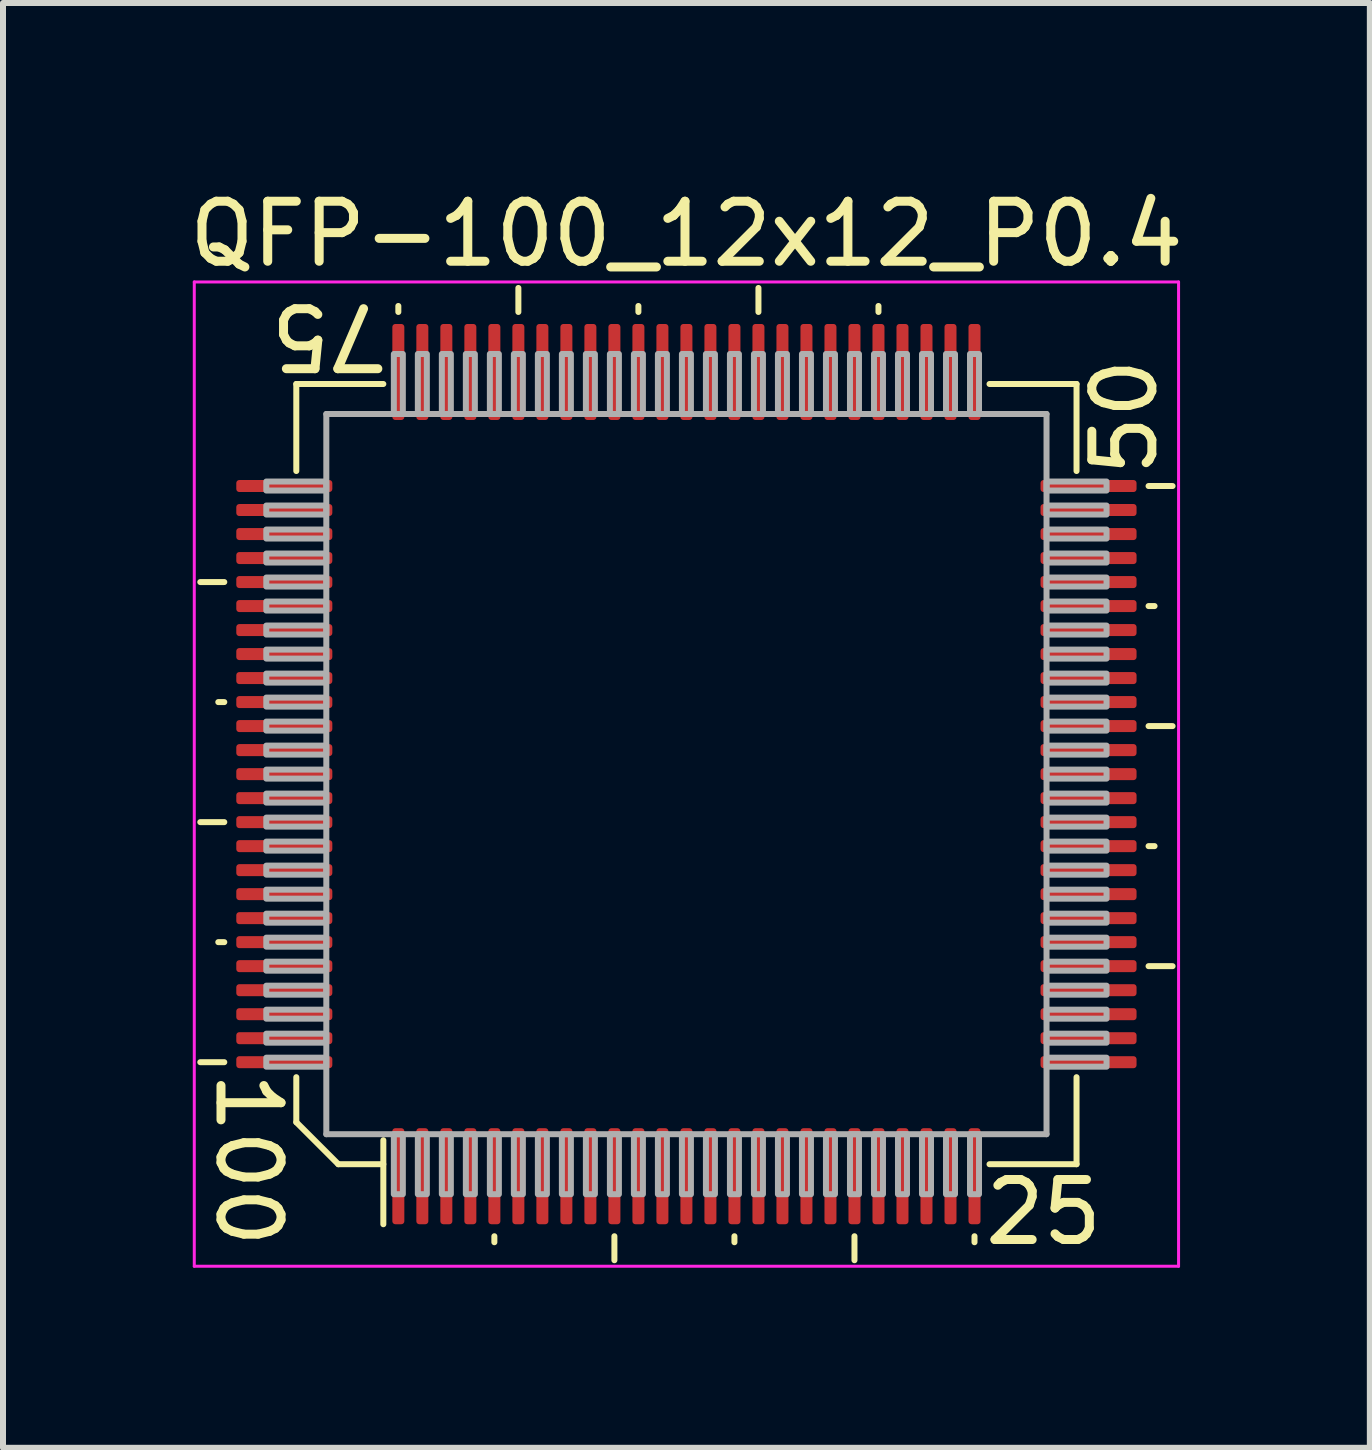
<source format=kicad_pcb>
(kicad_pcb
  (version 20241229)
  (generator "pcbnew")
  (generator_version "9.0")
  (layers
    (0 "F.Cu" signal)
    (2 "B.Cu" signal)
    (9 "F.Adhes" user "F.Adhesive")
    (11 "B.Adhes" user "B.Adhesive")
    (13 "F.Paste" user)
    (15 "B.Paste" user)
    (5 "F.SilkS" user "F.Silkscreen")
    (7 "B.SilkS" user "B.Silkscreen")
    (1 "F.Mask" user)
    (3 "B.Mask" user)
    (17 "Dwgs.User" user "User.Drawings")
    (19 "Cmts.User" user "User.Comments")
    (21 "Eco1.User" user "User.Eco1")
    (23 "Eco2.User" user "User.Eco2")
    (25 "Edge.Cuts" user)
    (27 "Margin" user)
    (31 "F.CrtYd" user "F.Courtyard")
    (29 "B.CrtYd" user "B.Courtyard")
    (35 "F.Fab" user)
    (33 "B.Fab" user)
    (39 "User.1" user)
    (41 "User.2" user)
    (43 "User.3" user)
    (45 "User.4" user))
  (footprint "QFP-100_12x12_P0.4"
    (layer "F.Cu")
    (at 8.387 9.848)
    (property "Reference" "QFP-100_12x12_P0.4" (at 0 -9 0) (layer "F.SilkS") (effects (font (size 1 1) (thickness 0.15))))
    (attr smd)
    (fp_line (start -7.7 -3.2) (end -8.1 -3.2) (stroke (width 0.1) (type solid)) (layer "F.SilkS"))
    (fp_line (start -7.7 -1.2) (end -7.8 -1.2) (stroke (width 0.1) (type solid)) (layer "F.SilkS"))
    (fp_line (start -7.7 0.8) (end -8.1 0.8) (stroke (width 0.1) (type solid)) (layer "F.SilkS"))
    (fp_line (start -7.7 2.8) (end -7.8 2.8) (stroke (width 0.1) (type solid)) (layer "F.SilkS"))
    (fp_line (start -7.7 4.8) (end -8.1 4.8) (stroke (width 0.1) (type solid)) (layer "F.SilkS"))
    (fp_line (start -6.5 -6.5) (end -6.5 -5.05) (stroke (width 0.1) (type solid)) (layer "F.SilkS"))
    (fp_line (start -6.5 -6.5) (end -5.05 -6.5) (stroke (width 0.1) (type solid)) (layer "F.SilkS"))
    (fp_line (start -6.5 5.8) (end -6.5 5.05) (stroke (width 0.1) (type solid)) (layer "F.SilkS"))
    (fp_line (start -6.5 5.8) (end -5.8 6.5) (stroke (width 0.1) (type solid)) (layer "F.SilkS"))
    (fp_line (start -5.8 6.5) (end -5.05 6.5) (stroke (width 0.1) (type solid)) (layer "F.SilkS"))
    (fp_line (start -5.05 6.1) (end -5.05 7.5) (stroke (width 0.1) (type solid)) (layer "F.SilkS"))
    (fp_line (start -4.8 -7.7) (end -4.8 -7.8) (stroke (width 0.1) (type solid)) (layer "F.SilkS"))
    (fp_line (start -3.2 7.7) (end -3.2 7.8) (stroke (width 0.1) (type solid)) (layer "F.SilkS"))
    (fp_line (start -2.8 -7.7) (end -2.8 -8.1) (stroke (width 0.1) (type solid)) (layer "F.SilkS"))
    (fp_line (start -1.2 7.7) (end -1.2 8.1) (stroke (width 0.1) (type solid)) (layer "F.SilkS"))
    (fp_line (start -0.8 -7.7) (end -0.8 -7.8) (stroke (width 0.1) (type solid)) (layer "F.SilkS"))
    (fp_line (start 0.8 7.7) (end 0.8 7.8) (stroke (width 0.1) (type solid)) (layer "F.SilkS"))
    (fp_line (start 1.2 -7.7) (end 1.2 -8.1) (stroke (width 0.1) (type solid)) (layer "F.SilkS"))
    (fp_line (start 2.8 7.7) (end 2.8 8.1) (stroke (width 0.1) (type solid)) (layer "F.SilkS"))
    (fp_line (start 3.2 -7.7) (end 3.2 -7.8) (stroke (width 0.1) (type solid)) (layer "F.SilkS"))
    (fp_line (start 4.8 7.7) (end 4.8 7.8) (stroke (width 0.1) (type solid)) (layer "F.SilkS"))
    (fp_line (start 6.5 -6.5) (end 5.05 -6.5) (stroke (width 0.1) (type solid)) (layer "F.SilkS"))
    (fp_line (start 6.5 -6.5) (end 6.5 -5.05) (stroke (width 0.1) (type solid)) (layer "F.SilkS"))
    (fp_line (start 6.5 6.5) (end 5.05 6.5) (stroke (width 0.1) (type solid)) (layer "F.SilkS"))
    (fp_line (start 6.5 6.5) (end 6.5 5.05) (stroke (width 0.1) (type solid)) (layer "F.SilkS"))
    (fp_line (start 7.7 -4.8) (end 8.1 -4.8) (stroke (width 0.1) (type solid)) (layer "F.SilkS"))
    (fp_line (start 7.7 -2.8) (end 7.8 -2.8) (stroke (width 0.1) (type solid)) (layer "F.SilkS"))
    (fp_line (start 7.7 -0.8) (end 8.1 -0.8) (stroke (width 0.1) (type solid)) (layer "F.SilkS"))
    (fp_line (start 7.7 1.2) (end 7.8 1.2) (stroke (width 0.1) (type solid)) (layer "F.SilkS"))
    (fp_line (start 7.7 3.2) (end 8.1 3.2) (stroke (width 0.1) (type solid)) (layer "F.SilkS"))
    (fp_line (start -8.2 -8.2) (end -8.2 8.2) (stroke (width 0.05) (type solid)) (layer "F.CrtYd"))
    (fp_line (start -8.2 8.2) (end 8.2 8.2) (stroke (width 0.05) (type solid)) (layer "F.CrtYd"))
    (fp_line (start 8.2 -8.2) (end -8.2 -8.2) (stroke (width 0.05) (type solid)) (layer "F.CrtYd"))
    (fp_line (start 8.2 8.2) (end 8.2 -8.2) (stroke (width 0.05) (type solid)) (layer "F.CrtYd"))
    (fp_line (start -6 -6) (end 6 -6) (stroke (width 0.1) (type solid)) (layer "F.Fab"))
    (fp_line (start -6 6) (end -6 -6) (stroke (width 0.1) (type solid)) (layer "F.Fab"))
    (fp_line (start 6 -6) (end 6 6) (stroke (width 0.1) (type solid)) (layer "F.Fab"))
    (fp_line (start 6 6) (end -6 6) (stroke (width 0.1) (type solid)) (layer "F.Fab"))
    (fp_poly (pts (xy -6 -4.725) (xy -7 -4.725) (xy -7 -4.875) (xy -6 -4.875)) (stroke (width 0.1) (type solid)) (fill no) (layer "F.Fab"))
    (fp_poly (pts (xy -6 -4.325) (xy -7 -4.325) (xy -7 -4.475) (xy -6 -4.475)) (stroke (width 0.1) (type solid)) (fill no) (layer "F.Fab"))
    (fp_poly (pts (xy -6 -3.925) (xy -7 -3.925) (xy -7 -4.075) (xy -6 -4.075)) (stroke (width 0.1) (type solid)) (fill no) (layer "F.Fab"))
    (fp_poly (pts (xy -6 -3.525) (xy -7 -3.525) (xy -7 -3.675) (xy -6 -3.675)) (stroke (width 0.1) (type solid)) (fill no) (layer "F.Fab"))
    (fp_poly (pts (xy -6 -3.125) (xy -7 -3.125) (xy -7 -3.275) (xy -6 -3.275)) (stroke (width 0.1) (type solid)) (fill no) (layer "F.Fab"))
    (fp_poly (pts (xy -6 -2.725) (xy -7 -2.725) (xy -7 -2.875) (xy -6 -2.875)) (stroke (width 0.1) (type solid)) (fill no) (layer "F.Fab"))
    (fp_poly (pts (xy -6 -2.325) (xy -7 -2.325) (xy -7 -2.475) (xy -6 -2.475)) (stroke (width 0.1) (type solid)) (fill no) (layer "F.Fab"))
    (fp_poly (pts (xy -6 -1.925) (xy -7 -1.925) (xy -7 -2.075) (xy -6 -2.075)) (stroke (width 0.1) (type solid)) (fill no) (layer "F.Fab"))
    (fp_poly (pts (xy -6 -1.525) (xy -7 -1.525) (xy -7 -1.675) (xy -6 -1.675)) (stroke (width 0.1) (type solid)) (fill no) (layer "F.Fab"))
    (fp_poly (pts (xy -6 -1.125) (xy -7 -1.125) (xy -7 -1.275) (xy -6 -1.275)) (stroke (width 0.1) (type solid)) (fill no) (layer "F.Fab"))
    (fp_poly (pts (xy -6 -0.725) (xy -7 -0.725) (xy -7 -0.875) (xy -6 -0.875)) (stroke (width 0.1) (type solid)) (fill no) (layer "F.Fab"))
    (fp_poly (pts (xy -6 -0.325) (xy -7 -0.325) (xy -7 -0.475) (xy -6 -0.475)) (stroke (width 0.1) (type solid)) (fill no) (layer "F.Fab"))
    (fp_poly (pts (xy -6 0.075) (xy -7 0.075) (xy -7 -0.075) (xy -6 -0.075)) (stroke (width 0.1) (type solid)) (fill no) (layer "F.Fab"))
    (fp_poly (pts (xy -6 0.475) (xy -7 0.475) (xy -7 0.325) (xy -6 0.325)) (stroke (width 0.1) (type solid)) (fill no) (layer "F.Fab"))
    (fp_poly (pts (xy -6 0.875) (xy -7 0.875) (xy -7 0.725) (xy -6 0.725)) (stroke (width 0.1) (type solid)) (fill no) (layer "F.Fab"))
    (fp_poly (pts (xy -6 1.275) (xy -7 1.275) (xy -7 1.125) (xy -6 1.125)) (stroke (width 0.1) (type solid)) (fill no) (layer "F.Fab"))
    (fp_poly (pts (xy -6 1.675) (xy -7 1.675) (xy -7 1.525) (xy -6 1.525)) (stroke (width 0.1) (type solid)) (fill no) (layer "F.Fab"))
    (fp_poly (pts (xy -6 2.075) (xy -7 2.075) (xy -7 1.925) (xy -6 1.925)) (stroke (width 0.1) (type solid)) (fill no) (layer "F.Fab"))
    (fp_poly (pts (xy -6 2.475) (xy -7 2.475) (xy -7 2.325) (xy -6 2.325)) (stroke (width 0.1) (type solid)) (fill no) (layer "F.Fab"))
    (fp_poly (pts (xy -6 2.875) (xy -7 2.875) (xy -7 2.725) (xy -6 2.725)) (stroke (width 0.1) (type solid)) (fill no) (layer "F.Fab"))
    (fp_poly (pts (xy -6 3.275) (xy -7 3.275) (xy -7 3.125) (xy -6 3.125)) (stroke (width 0.1) (type solid)) (fill no) (layer "F.Fab"))
    (fp_poly (pts (xy -6 3.675) (xy -7 3.675) (xy -7 3.525) (xy -6 3.525)) (stroke (width 0.1) (type solid)) (fill no) (layer "F.Fab"))
    (fp_poly (pts (xy -6 4.075) (xy -7 4.075) (xy -7 3.925) (xy -6 3.925)) (stroke (width 0.1) (type solid)) (fill no) (layer "F.Fab"))
    (fp_poly (pts (xy -6 4.475) (xy -7 4.475) (xy -7 4.325) (xy -6 4.325)) (stroke (width 0.1) (type solid)) (fill no) (layer "F.Fab"))
    (fp_poly (pts (xy -6 4.875) (xy -7 4.875) (xy -7 4.725) (xy -6 4.725)) (stroke (width 0.1) (type solid)) (fill no) (layer "F.Fab"))
    (fp_poly (pts (xy -4.875 -6) (xy -4.875 -7) (xy -4.725 -7) (xy -4.725 -6)) (stroke (width 0.1) (type solid)) (fill no) (layer "F.Fab"))
    (fp_poly (pts (xy -4.725 6) (xy -4.725 7) (xy -4.875 7) (xy -4.875 6)) (stroke (width 0.1) (type solid)) (fill no) (layer "F.Fab"))
    (fp_poly (pts (xy -4.475 -6) (xy -4.475 -7) (xy -4.325 -7) (xy -4.325 -6)) (stroke (width 0.1) (type solid)) (fill no) (layer "F.Fab"))
    (fp_poly (pts (xy -4.325 6) (xy -4.325 7) (xy -4.475 7) (xy -4.475 6)) (stroke (width 0.1) (type solid)) (fill no) (layer "F.Fab"))
    (fp_poly (pts (xy -4.075 -6) (xy -4.075 -7) (xy -3.925 -7) (xy -3.925 -6)) (stroke (width 0.1) (type solid)) (fill no) (layer "F.Fab"))
    (fp_poly (pts (xy -3.925 6) (xy -3.925 7) (xy -4.075 7) (xy -4.075 6)) (stroke (width 0.1) (type solid)) (fill no) (layer "F.Fab"))
    (fp_poly (pts (xy -3.675 -6) (xy -3.675 -7) (xy -3.525 -7) (xy -3.525 -6)) (stroke (width 0.1) (type solid)) (fill no) (layer "F.Fab"))
    (fp_poly (pts (xy -3.525 6) (xy -3.525 7) (xy -3.675 7) (xy -3.675 6)) (stroke (width 0.1) (type solid)) (fill no) (layer "F.Fab"))
    (fp_poly (pts (xy -3.275 -6) (xy -3.275 -7) (xy -3.125 -7) (xy -3.125 -6)) (stroke (width 0.1) (type solid)) (fill no) (layer "F.Fab"))
    (fp_poly (pts (xy -3.125 6) (xy -3.125 7) (xy -3.275 7) (xy -3.275 6)) (stroke (width 0.1) (type solid)) (fill no) (layer "F.Fab"))
    (fp_poly (pts (xy -2.875 -6) (xy -2.875 -7) (xy -2.725 -7) (xy -2.725 -6)) (stroke (width 0.1) (type solid)) (fill no) (layer "F.Fab"))
    (fp_poly (pts (xy -2.725 6) (xy -2.725 7) (xy -2.875 7) (xy -2.875 6)) (stroke (width 0.1) (type solid)) (fill no) (layer "F.Fab"))
    (fp_poly (pts (xy -2.475 -6) (xy -2.475 -7) (xy -2.325 -7) (xy -2.325 -6)) (stroke (width 0.1) (type solid)) (fill no) (layer "F.Fab"))
    (fp_poly (pts (xy -2.325 6) (xy -2.325 7) (xy -2.475 7) (xy -2.475 6)) (stroke (width 0.1) (type solid)) (fill no) (layer "F.Fab"))
    (fp_poly (pts (xy -2.075 -6) (xy -2.075 -7) (xy -1.925 -7) (xy -1.925 -6)) (stroke (width 0.1) (type solid)) (fill no) (layer "F.Fab"))
    (fp_poly (pts (xy -1.925 6) (xy -1.925 7) (xy -2.075 7) (xy -2.075 6)) (stroke (width 0.1) (type solid)) (fill no) (layer "F.Fab"))
    (fp_poly (pts (xy -1.675 -6) (xy -1.675 -7) (xy -1.525 -7) (xy -1.525 -6)) (stroke (width 0.1) (type solid)) (fill no) (layer "F.Fab"))
    (fp_poly (pts (xy -1.525 6) (xy -1.525 7) (xy -1.675 7) (xy -1.675 6)) (stroke (width 0.1) (type solid)) (fill no) (layer "F.Fab"))
    (fp_poly (pts (xy -1.275 -6) (xy -1.275 -7) (xy -1.125 -7) (xy -1.125 -6)) (stroke (width 0.1) (type solid)) (fill no) (layer "F.Fab"))
    (fp_poly (pts (xy -1.125 6) (xy -1.125 7) (xy -1.275 7) (xy -1.275 6)) (stroke (width 0.1) (type solid)) (fill no) (layer "F.Fab"))
    (fp_poly (pts (xy -0.875 -6) (xy -0.875 -7) (xy -0.725 -7) (xy -0.725 -6)) (stroke (width 0.1) (type solid)) (fill no) (layer "F.Fab"))
    (fp_poly (pts (xy -0.725 6) (xy -0.725 7) (xy -0.875 7) (xy -0.875 6)) (stroke (width 0.1) (type solid)) (fill no) (layer "F.Fab"))
    (fp_poly (pts (xy -0.475 -6) (xy -0.475 -7) (xy -0.325 -7) (xy -0.325 -6)) (stroke (width 0.1) (type solid)) (fill no) (layer "F.Fab"))
    (fp_poly (pts (xy -0.325 6) (xy -0.325 7) (xy -0.475 7) (xy -0.475 6)) (stroke (width 0.1) (type solid)) (fill no) (layer "F.Fab"))
    (fp_poly (pts (xy -0.075 -6) (xy -0.075 -7) (xy 0.075 -7) (xy 0.075 -6)) (stroke (width 0.1) (type solid)) (fill no) (layer "F.Fab"))
    (fp_poly (pts (xy 0.075 6) (xy 0.075 7) (xy -0.075 7) (xy -0.075 6)) (stroke (width 0.1) (type solid)) (fill no) (layer "F.Fab"))
    (fp_poly (pts (xy 0.325 -6) (xy 0.325 -7) (xy 0.475 -7) (xy 0.475 -6)) (stroke (width 0.1) (type solid)) (fill no) (layer "F.Fab"))
    (fp_poly (pts (xy 0.475 6) (xy 0.475 7) (xy 0.325 7) (xy 0.325 6)) (stroke (width 0.1) (type solid)) (fill no) (layer "F.Fab"))
    (fp_poly (pts (xy 0.725 -6) (xy 0.725 -7) (xy 0.875 -7) (xy 0.875 -6)) (stroke (width 0.1) (type solid)) (fill no) (layer "F.Fab"))
    (fp_poly (pts (xy 0.875 6) (xy 0.875 7) (xy 0.725 7) (xy 0.725 6)) (stroke (width 0.1) (type solid)) (fill no) (layer "F.Fab"))
    (fp_poly (pts (xy 1.125 -6) (xy 1.125 -7) (xy 1.275 -7) (xy 1.275 -6)) (stroke (width 0.1) (type solid)) (fill no) (layer "F.Fab"))
    (fp_poly (pts (xy 1.275 6) (xy 1.275 7) (xy 1.125 7) (xy 1.125 6)) (stroke (width 0.1) (type solid)) (fill no) (layer "F.Fab"))
    (fp_poly (pts (xy 1.525 -6) (xy 1.525 -7) (xy 1.675 -7) (xy 1.675 -6)) (stroke (width 0.1) (type solid)) (fill no) (layer "F.Fab"))
    (fp_poly (pts (xy 1.675 6) (xy 1.675 7) (xy 1.525 7) (xy 1.525 6)) (stroke (width 0.1) (type solid)) (fill no) (layer "F.Fab"))
    (fp_poly (pts (xy 1.925 -6) (xy 1.925 -7) (xy 2.075 -7) (xy 2.075 -6)) (stroke (width 0.1) (type solid)) (fill no) (layer "F.Fab"))
    (fp_poly (pts (xy 2.075 6) (xy 2.075 7) (xy 1.925 7) (xy 1.925 6)) (stroke (width 0.1) (type solid)) (fill no) (layer "F.Fab"))
    (fp_poly (pts (xy 2.325 -6) (xy 2.325 -7) (xy 2.475 -7) (xy 2.475 -6)) (stroke (width 0.1) (type solid)) (fill no) (layer "F.Fab"))
    (fp_poly (pts (xy 2.475 6) (xy 2.475 7) (xy 2.325 7) (xy 2.325 6)) (stroke (width 0.1) (type solid)) (fill no) (layer "F.Fab"))
    (fp_poly (pts (xy 2.725 -6) (xy 2.725 -7) (xy 2.875 -7) (xy 2.875 -6)) (stroke (width 0.1) (type solid)) (fill no) (layer "F.Fab"))
    (fp_poly (pts (xy 2.875 6) (xy 2.875 7) (xy 2.725 7) (xy 2.725 6)) (stroke (width 0.1) (type solid)) (fill no) (layer "F.Fab"))
    (fp_poly (pts (xy 3.125 -6) (xy 3.125 -7) (xy 3.275 -7) (xy 3.275 -6)) (stroke (width 0.1) (type solid)) (fill no) (layer "F.Fab"))
    (fp_poly (pts (xy 3.275 6) (xy 3.275 7) (xy 3.125 7) (xy 3.125 6)) (stroke (width 0.1) (type solid)) (fill no) (layer "F.Fab"))
    (fp_poly (pts (xy 3.525 -6) (xy 3.525 -7) (xy 3.675 -7) (xy 3.675 -6)) (stroke (width 0.1) (type solid)) (fill no) (layer "F.Fab"))
    (fp_poly (pts (xy 3.675 6) (xy 3.675 7) (xy 3.525 7) (xy 3.525 6)) (stroke (width 0.1) (type solid)) (fill no) (layer "F.Fab"))
    (fp_poly (pts (xy 3.925 -6) (xy 3.925 -7) (xy 4.075 -7) (xy 4.075 -6)) (stroke (width 0.1) (type solid)) (fill no) (layer "F.Fab"))
    (fp_poly (pts (xy 4.075 6) (xy 4.075 7) (xy 3.925 7) (xy 3.925 6)) (stroke (width 0.1) (type solid)) (fill no) (layer "F.Fab"))
    (fp_poly (pts (xy 4.325 -6) (xy 4.325 -7) (xy 4.475 -7) (xy 4.475 -6)) (stroke (width 0.1) (type solid)) (fill no) (layer "F.Fab"))
    (fp_poly (pts (xy 4.475 6) (xy 4.475 7) (xy 4.325 7) (xy 4.325 6)) (stroke (width 0.1) (type solid)) (fill no) (layer "F.Fab"))
    (fp_poly (pts (xy 4.725 -6) (xy 4.725 -7) (xy 4.875 -7) (xy 4.875 -6)) (stroke (width 0.1) (type solid)) (fill no) (layer "F.Fab"))
    (fp_poly (pts (xy 4.875 6) (xy 4.875 7) (xy 4.725 7) (xy 4.725 6)) (stroke (width 0.1) (type solid)) (fill no) (layer "F.Fab"))
    (fp_poly (pts (xy 6 -4.875) (xy 7 -4.875) (xy 7 -4.725) (xy 6 -4.725)) (stroke (width 0.1) (type solid)) (fill no) (layer "F.Fab"))
    (fp_poly (pts (xy 6 -4.475) (xy 7 -4.475) (xy 7 -4.325) (xy 6 -4.325)) (stroke (width 0.1) (type solid)) (fill no) (layer "F.Fab"))
    (fp_poly (pts (xy 6 -4.075) (xy 7 -4.075) (xy 7 -3.925) (xy 6 -3.925)) (stroke (width 0.1) (type solid)) (fill no) (layer "F.Fab"))
    (fp_poly (pts (xy 6 -3.675) (xy 7 -3.675) (xy 7 -3.525) (xy 6 -3.525)) (stroke (width 0.1) (type solid)) (fill no) (layer "F.Fab"))
    (fp_poly (pts (xy 6 -3.275) (xy 7 -3.275) (xy 7 -3.125) (xy 6 -3.125)) (stroke (width 0.1) (type solid)) (fill no) (layer "F.Fab"))
    (fp_poly (pts (xy 6 -2.875) (xy 7 -2.875) (xy 7 -2.725) (xy 6 -2.725)) (stroke (width 0.1) (type solid)) (fill no) (layer "F.Fab"))
    (fp_poly (pts (xy 6 -2.475) (xy 7 -2.475) (xy 7 -2.325) (xy 6 -2.325)) (stroke (width 0.1) (type solid)) (fill no) (layer "F.Fab"))
    (fp_poly (pts (xy 6 -2.075) (xy 7 -2.075) (xy 7 -1.925) (xy 6 -1.925)) (stroke (width 0.1) (type solid)) (fill no) (layer "F.Fab"))
    (fp_poly (pts (xy 6 -1.675) (xy 7 -1.675) (xy 7 -1.525) (xy 6 -1.525)) (stroke (width 0.1) (type solid)) (fill no) (layer "F.Fab"))
    (fp_poly (pts (xy 6 -1.275) (xy 7 -1.275) (xy 7 -1.125) (xy 6 -1.125)) (stroke (width 0.1) (type solid)) (fill no) (layer "F.Fab"))
    (fp_poly (pts (xy 6 -0.875) (xy 7 -0.875) (xy 7 -0.725) (xy 6 -0.725)) (stroke (width 0.1) (type solid)) (fill no) (layer "F.Fab"))
    (fp_poly (pts (xy 6 -0.475) (xy 7 -0.475) (xy 7 -0.325) (xy 6 -0.325)) (stroke (width 0.1) (type solid)) (fill no) (layer "F.Fab"))
    (fp_poly (pts (xy 6 -0.075) (xy 7 -0.075) (xy 7 0.075) (xy 6 0.075)) (stroke (width 0.1) (type solid)) (fill no) (layer "F.Fab"))
    (fp_poly (pts (xy 6 0.325) (xy 7 0.325) (xy 7 0.475) (xy 6 0.475)) (stroke (width 0.1) (type solid)) (fill no) (layer "F.Fab"))
    (fp_poly (pts (xy 6 0.725) (xy 7 0.725) (xy 7 0.875) (xy 6 0.875)) (stroke (width 0.1) (type solid)) (fill no) (layer "F.Fab"))
    (fp_poly (pts (xy 6 1.125) (xy 7 1.125) (xy 7 1.275) (xy 6 1.275)) (stroke (width 0.1) (type solid)) (fill no) (layer "F.Fab"))
    (fp_poly (pts (xy 6 1.525) (xy 7 1.525) (xy 7 1.675) (xy 6 1.675)) (stroke (width 0.1) (type solid)) (fill no) (layer "F.Fab"))
    (fp_poly (pts (xy 6 1.925) (xy 7 1.925) (xy 7 2.075) (xy 6 2.075)) (stroke (width 0.1) (type solid)) (fill no) (layer "F.Fab"))
    (fp_poly (pts (xy 6 2.325) (xy 7 2.325) (xy 7 2.475) (xy 6 2.475)) (stroke (width 0.1) (type solid)) (fill no) (layer "F.Fab"))
    (fp_poly (pts (xy 6 2.725) (xy 7 2.725) (xy 7 2.875) (xy 6 2.875)) (stroke (width 0.1) (type solid)) (fill no) (layer "F.Fab"))
    (fp_poly (pts (xy 6 3.125) (xy 7 3.125) (xy 7 3.275) (xy 6 3.275)) (stroke (width 0.1) (type solid)) (fill no) (layer "F.Fab"))
    (fp_poly (pts (xy 6 3.525) (xy 7 3.525) (xy 7 3.675) (xy 6 3.675)) (stroke (width 0.1) (type solid)) (fill no) (layer "F.Fab"))
    (fp_poly (pts (xy 6 3.925) (xy 7 3.925) (xy 7 4.075) (xy 6 4.075)) (stroke (width 0.1) (type solid)) (fill no) (layer "F.Fab"))
    (fp_poly (pts (xy 6 4.325) (xy 7 4.325) (xy 7 4.475) (xy 6 4.475)) (stroke (width 0.1) (type solid)) (fill no) (layer "F.Fab"))
    (fp_poly (pts (xy 6 4.725) (xy 7 4.725) (xy 7 4.875) (xy 6 4.875)) (stroke (width 0.1) (type solid)) (fill no) (layer "F.Fab"))
    (fp_text user "25" (at 4.9 7.3 0) (unlocked yes) (layer "F.SilkS") (effects (font (size 1 1) (thickness 0.15)) (justify left)))
    (fp_text user "75" (at -4.9 -7.3 180) (unlocked yes) (layer "F.SilkS") (effects (font (size 1 1) (thickness 0.15)) (justify left)))
    (fp_text user "50" (at 7.3 -4.9 90) (unlocked yes) (layer "F.SilkS") (effects (font (size 1 1) (thickness 0.15)) (justify left)))
    (fp_text user "100" (at -7.3 4.9 270) (unlocked yes) (layer "F.SilkS") (effects (font (size 1 1) (thickness 0.15)) (justify left)))
    (pad "1" smd roundrect (at -4.8 6.7 90) (size 1.6 0.2) (layers "F.Cu" "F.Mask" "F.Paste") (roundrect_rratio 0.25))
    (pad "2" smd roundrect (at -4.4 6.7 90) (size 1.6 0.2) (layers "F.Cu" "F.Mask" "F.Paste") (roundrect_rratio 0.25))
    (pad "3" smd roundrect (at -4 6.7 90) (size 1.6 0.2) (layers "F.Cu" "F.Mask" "F.Paste") (roundrect_rratio 0.25))
    (pad "4" smd roundrect (at -3.6 6.7 90) (size 1.6 0.2) (layers "F.Cu" "F.Mask" "F.Paste") (roundrect_rratio 0.25))
    (pad "5" smd roundrect (at -3.2 6.7 90) (size 1.6 0.2) (layers "F.Cu" "F.Mask" "F.Paste") (roundrect_rratio 0.25))
    (pad "6" smd roundrect (at -2.8 6.7 90) (size 1.6 0.2) (layers "F.Cu" "F.Mask" "F.Paste") (roundrect_rratio 0.25))
    (pad "7" smd roundrect (at -2.4 6.7 90) (size 1.6 0.2) (layers "F.Cu" "F.Mask" "F.Paste") (roundrect_rratio 0.25))
    (pad "8" smd roundrect (at -2 6.7 90) (size 1.6 0.2) (layers "F.Cu" "F.Mask" "F.Paste") (roundrect_rratio 0.25))
    (pad "9" smd roundrect (at -1.6 6.7 90) (size 1.6 0.2) (layers "F.Cu" "F.Mask" "F.Paste") (roundrect_rratio 0.25))
    (pad "10" smd roundrect (at -1.2 6.7 90) (size 1.6 0.2) (layers "F.Cu" "F.Mask" "F.Paste") (roundrect_rratio 0.25))
    (pad "11" smd roundrect (at -0.8 6.7 90) (size 1.6 0.2) (layers "F.Cu" "F.Mask" "F.Paste") (roundrect_rratio 0.25))
    (pad "12" smd roundrect (at -0.4 6.7 90) (size 1.6 0.2) (layers "F.Cu" "F.Mask" "F.Paste") (roundrect_rratio 0.25))
    (pad "13" smd roundrect (at 0 6.7 90) (size 1.6 0.2) (layers "F.Cu" "F.Mask" "F.Paste") (roundrect_rratio 0.25))
    (pad "14" smd roundrect (at 0.4 6.7 90) (size 1.6 0.2) (layers "F.Cu" "F.Mask" "F.Paste") (roundrect_rratio 0.25))
    (pad "15" smd roundrect (at 0.8 6.7 90) (size 1.6 0.2) (layers "F.Cu" "F.Mask" "F.Paste") (roundrect_rratio 0.25))
    (pad "16" smd roundrect (at 1.2 6.7 90) (size 1.6 0.2) (layers "F.Cu" "F.Mask" "F.Paste") (roundrect_rratio 0.25))
    (pad "17" smd roundrect (at 1.6 6.7 90) (size 1.6 0.2) (layers "F.Cu" "F.Mask" "F.Paste") (roundrect_rratio 0.25))
    (pad "18" smd roundrect (at 2 6.7 90) (size 1.6 0.2) (layers "F.Cu" "F.Mask" "F.Paste") (roundrect_rratio 0.25))
    (pad "19" smd roundrect (at 2.4 6.7 90) (size 1.6 0.2) (layers "F.Cu" "F.Mask" "F.Paste") (roundrect_rratio 0.25))
    (pad "20" smd roundrect (at 2.8 6.7 90) (size 1.6 0.2) (layers "F.Cu" "F.Mask" "F.Paste") (roundrect_rratio 0.25))
    (pad "21" smd roundrect (at 3.2 6.7 90) (size 1.6 0.2) (layers "F.Cu" "F.Mask" "F.Paste") (roundrect_rratio 0.25))
    (pad "22" smd roundrect (at 3.6 6.7 90) (size 1.6 0.2) (layers "F.Cu" "F.Mask" "F.Paste") (roundrect_rratio 0.25))
    (pad "23" smd roundrect (at 4 6.7 90) (size 1.6 0.2) (layers "F.Cu" "F.Mask" "F.Paste") (roundrect_rratio 0.25))
    (pad "24" smd roundrect (at 4.4 6.7 90) (size 1.6 0.2) (layers "F.Cu" "F.Mask" "F.Paste") (roundrect_rratio 0.25))
    (pad "25" smd roundrect (at 4.8 6.7 90) (size 1.6 0.2) (layers "F.Cu" "F.Mask" "F.Paste") (roundrect_rratio 0.25))
    (pad "26" smd roundrect (at 6.7 4.8 180) (size 1.6 0.2) (layers "F.Cu" "F.Mask" "F.Paste") (roundrect_rratio 0.25))
    (pad "27" smd roundrect (at 6.7 4.4 180) (size 1.6 0.2) (layers "F.Cu" "F.Mask" "F.Paste") (roundrect_rratio 0.25))
    (pad "28" smd roundrect (at 6.7 4 180) (size 1.6 0.2) (layers "F.Cu" "F.Mask" "F.Paste") (roundrect_rratio 0.25))
    (pad "29" smd roundrect (at 6.7 3.6 180) (size 1.6 0.2) (layers "F.Cu" "F.Mask" "F.Paste") (roundrect_rratio 0.25))
    (pad "30" smd roundrect (at 6.7 3.2 180) (size 1.6 0.2) (layers "F.Cu" "F.Mask" "F.Paste") (roundrect_rratio 0.25))
    (pad "31" smd roundrect (at 6.7 2.8 180) (size 1.6 0.2) (layers "F.Cu" "F.Mask" "F.Paste") (roundrect_rratio 0.25))
    (pad "32" smd roundrect (at 6.7 2.4 180) (size 1.6 0.2) (layers "F.Cu" "F.Mask" "F.Paste") (roundrect_rratio 0.25))
    (pad "33" smd roundrect (at 6.7 2 180) (size 1.6 0.2) (layers "F.Cu" "F.Mask" "F.Paste") (roundrect_rratio 0.25))
    (pad "34" smd roundrect (at 6.7 1.6 180) (size 1.6 0.2) (layers "F.Cu" "F.Mask" "F.Paste") (roundrect_rratio 0.25))
    (pad "35" smd roundrect (at 6.7 1.2 180) (size 1.6 0.2) (layers "F.Cu" "F.Mask" "F.Paste") (roundrect_rratio 0.25))
    (pad "36" smd roundrect (at 6.7 0.8 180) (size 1.6 0.2) (layers "F.Cu" "F.Mask" "F.Paste") (roundrect_rratio 0.25))
    (pad "37" smd roundrect (at 6.7 0.4 180) (size 1.6 0.2) (layers "F.Cu" "F.Mask" "F.Paste") (roundrect_rratio 0.25))
    (pad "38" smd roundrect (at 6.7 0 180) (size 1.6 0.2) (layers "F.Cu" "F.Mask" "F.Paste") (roundrect_rratio 0.25))
    (pad "39" smd roundrect (at 6.7 -0.4 180) (size 1.6 0.2) (layers "F.Cu" "F.Mask" "F.Paste") (roundrect_rratio 0.25))
    (pad "40" smd roundrect (at 6.7 -0.8 180) (size 1.6 0.2) (layers "F.Cu" "F.Mask" "F.Paste") (roundrect_rratio 0.25))
    (pad "41" smd roundrect (at 6.7 -1.2 180) (size 1.6 0.2) (layers "F.Cu" "F.Mask" "F.Paste") (roundrect_rratio 0.25))
    (pad "42" smd roundrect (at 6.7 -1.6 180) (size 1.6 0.2) (layers "F.Cu" "F.Mask" "F.Paste") (roundrect_rratio 0.25))
    (pad "43" smd roundrect (at 6.7 -2 180) (size 1.6 0.2) (layers "F.Cu" "F.Mask" "F.Paste") (roundrect_rratio 0.25))
    (pad "44" smd roundrect (at 6.7 -2.4 180) (size 1.6 0.2) (layers "F.Cu" "F.Mask" "F.Paste") (roundrect_rratio 0.25))
    (pad "45" smd roundrect (at 6.7 -2.8 180) (size 1.6 0.2) (layers "F.Cu" "F.Mask" "F.Paste") (roundrect_rratio 0.25))
    (pad "46" smd roundrect (at 6.7 -3.2 180) (size 1.6 0.2) (layers "F.Cu" "F.Mask" "F.Paste") (roundrect_rratio 0.25))
    (pad "47" smd roundrect (at 6.7 -3.6 180) (size 1.6 0.2) (layers "F.Cu" "F.Mask" "F.Paste") (roundrect_rratio 0.25))
    (pad "48" smd roundrect (at 6.7 -4 180) (size 1.6 0.2) (layers "F.Cu" "F.Mask" "F.Paste") (roundrect_rratio 0.25))
    (pad "49" smd roundrect (at 6.7 -4.4 180) (size 1.6 0.2) (layers "F.Cu" "F.Mask" "F.Paste") (roundrect_rratio 0.25))
    (pad "50" smd roundrect (at 6.7 -4.8 180) (size 1.6 0.2) (layers "F.Cu" "F.Mask" "F.Paste") (roundrect_rratio 0.25))
    (pad "51" smd roundrect (at 4.8 -6.7 90) (size 1.6 0.2) (layers "F.Cu" "F.Mask" "F.Paste") (roundrect_rratio 0.25))
    (pad "52" smd roundrect (at 4.4 -6.7 90) (size 1.6 0.2) (layers "F.Cu" "F.Mask" "F.Paste") (roundrect_rratio 0.25))
    (pad "53" smd roundrect (at 4 -6.7 90) (size 1.6 0.2) (layers "F.Cu" "F.Mask" "F.Paste") (roundrect_rratio 0.25))
    (pad "54" smd roundrect (at 3.6 -6.7 90) (size 1.6 0.2) (layers "F.Cu" "F.Mask" "F.Paste") (roundrect_rratio 0.25))
    (pad "55" smd roundrect (at 3.2 -6.7 90) (size 1.6 0.2) (layers "F.Cu" "F.Mask" "F.Paste") (roundrect_rratio 0.25))
    (pad "56" smd roundrect (at 2.8 -6.7 90) (size 1.6 0.2) (layers "F.Cu" "F.Mask" "F.Paste") (roundrect_rratio 0.25))
    (pad "57" smd roundrect (at 2.4 -6.7 90) (size 1.6 0.2) (layers "F.Cu" "F.Mask" "F.Paste") (roundrect_rratio 0.25))
    (pad "58" smd roundrect (at 2 -6.7 90) (size 1.6 0.2) (layers "F.Cu" "F.Mask" "F.Paste") (roundrect_rratio 0.25))
    (pad "59" smd roundrect (at 1.6 -6.7 90) (size 1.6 0.2) (layers "F.Cu" "F.Mask" "F.Paste") (roundrect_rratio 0.25))
    (pad "60" smd roundrect (at 1.2 -6.7 90) (size 1.6 0.2) (layers "F.Cu" "F.Mask" "F.Paste") (roundrect_rratio 0.25))
    (pad "61" smd roundrect (at 0.8 -6.7 90) (size 1.6 0.2) (layers "F.Cu" "F.Mask" "F.Paste") (roundrect_rratio 0.25))
    (pad "62" smd roundrect (at 0.4 -6.7 90) (size 1.6 0.2) (layers "F.Cu" "F.Mask" "F.Paste") (roundrect_rratio 0.25))
    (pad "63" smd roundrect (at 0 -6.7 90) (size 1.6 0.2) (layers "F.Cu" "F.Mask" "F.Paste") (roundrect_rratio 0.25))
    (pad "64" smd roundrect (at -0.4 -6.7 90) (size 1.6 0.2) (layers "F.Cu" "F.Mask" "F.Paste") (roundrect_rratio 0.25))
    (pad "65" smd roundrect (at -0.8 -6.7 90) (size 1.6 0.2) (layers "F.Cu" "F.Mask" "F.Paste") (roundrect_rratio 0.25))
    (pad "66" smd roundrect (at -1.2 -6.7 90) (size 1.6 0.2) (layers "F.Cu" "F.Mask" "F.Paste") (roundrect_rratio 0.25))
    (pad "67" smd roundrect (at -1.6 -6.7 90) (size 1.6 0.2) (layers "F.Cu" "F.Mask" "F.Paste") (roundrect_rratio 0.25))
    (pad "68" smd roundrect (at -2 -6.7 90) (size 1.6 0.2) (layers "F.Cu" "F.Mask" "F.Paste") (roundrect_rratio 0.25))
    (pad "69" smd roundrect (at -2.4 -6.7 90) (size 1.6 0.2) (layers "F.Cu" "F.Mask" "F.Paste") (roundrect_rratio 0.25))
    (pad "70" smd roundrect (at -2.8 -6.7 90) (size 1.6 0.2) (layers "F.Cu" "F.Mask" "F.Paste") (roundrect_rratio 0.25))
    (pad "71" smd roundrect (at -3.2 -6.7 90) (size 1.6 0.2) (layers "F.Cu" "F.Mask" "F.Paste") (roundrect_rratio 0.25))
    (pad "72" smd roundrect (at -3.6 -6.7 90) (size 1.6 0.2) (layers "F.Cu" "F.Mask" "F.Paste") (roundrect_rratio 0.25))
    (pad "73" smd roundrect (at -4 -6.7 90) (size 1.6 0.2) (layers "F.Cu" "F.Mask" "F.Paste") (roundrect_rratio 0.25))
    (pad "74" smd roundrect (at -4.4 -6.7 90) (size 1.6 0.2) (layers "F.Cu" "F.Mask" "F.Paste") (roundrect_rratio 0.25))
    (pad "75" smd roundrect (at -4.8 -6.7 90) (size 1.6 0.2) (layers "F.Cu" "F.Mask" "F.Paste") (roundrect_rratio 0.25))
    (pad "76" smd roundrect (at -6.7 -4.8 180) (size 1.6 0.2) (layers "F.Cu" "F.Mask" "F.Paste") (roundrect_rratio 0.25))
    (pad "77" smd roundrect (at -6.7 -4.4 180) (size 1.6 0.2) (layers "F.Cu" "F.Mask" "F.Paste") (roundrect_rratio 0.25))
    (pad "78" smd roundrect (at -6.7 -4 180) (size 1.6 0.2) (layers "F.Cu" "F.Mask" "F.Paste") (roundrect_rratio 0.25))
    (pad "79" smd roundrect (at -6.7 -3.6 180) (size 1.6 0.2) (layers "F.Cu" "F.Mask" "F.Paste") (roundrect_rratio 0.25))
    (pad "80" smd roundrect (at -6.7 -3.2 180) (size 1.6 0.2) (layers "F.Cu" "F.Mask" "F.Paste") (roundrect_rratio 0.25))
    (pad "81" smd roundrect (at -6.7 -2.8 180) (size 1.6 0.2) (layers "F.Cu" "F.Mask" "F.Paste") (roundrect_rratio 0.25))
    (pad "82" smd roundrect (at -6.7 -2.4 180) (size 1.6 0.2) (layers "F.Cu" "F.Mask" "F.Paste") (roundrect_rratio 0.25))
    (pad "83" smd roundrect (at -6.7 -2 180) (size 1.6 0.2) (layers "F.Cu" "F.Mask" "F.Paste") (roundrect_rratio 0.25))
    (pad "84" smd roundrect (at -6.7 -1.6 180) (size 1.6 0.2) (layers "F.Cu" "F.Mask" "F.Paste") (roundrect_rratio 0.25))
    (pad "85" smd roundrect (at -6.7 -1.2 180) (size 1.6 0.2) (layers "F.Cu" "F.Mask" "F.Paste") (roundrect_rratio 0.25))
    (pad "86" smd roundrect (at -6.7 -0.8 180) (size 1.6 0.2) (layers "F.Cu" "F.Mask" "F.Paste") (roundrect_rratio 0.25))
    (pad "87" smd roundrect (at -6.7 -0.4 180) (size 1.6 0.2) (layers "F.Cu" "F.Mask" "F.Paste") (roundrect_rratio 0.25))
    (pad "88" smd roundrect (at -6.7 0 180) (size 1.6 0.2) (layers "F.Cu" "F.Mask" "F.Paste") (roundrect_rratio 0.25))
    (pad "89" smd roundrect (at -6.7 0.4 180) (size 1.6 0.2) (layers "F.Cu" "F.Mask" "F.Paste") (roundrect_rratio 0.25))
    (pad "90" smd roundrect (at -6.7 0.8 180) (size 1.6 0.2) (layers "F.Cu" "F.Mask" "F.Paste") (roundrect_rratio 0.25))
    (pad "91" smd roundrect (at -6.7 1.2 180) (size 1.6 0.2) (layers "F.Cu" "F.Mask" "F.Paste") (roundrect_rratio 0.25))
    (pad "92" smd roundrect (at -6.7 1.6 180) (size 1.6 0.2) (layers "F.Cu" "F.Mask" "F.Paste") (roundrect_rratio 0.25))
    (pad "93" smd roundrect (at -6.7 2 180) (size 1.6 0.2) (layers "F.Cu" "F.Mask" "F.Paste") (roundrect_rratio 0.25))
    (pad "94" smd roundrect (at -6.7 2.4 180) (size 1.6 0.2) (layers "F.Cu" "F.Mask" "F.Paste") (roundrect_rratio 0.25))
    (pad "95" smd roundrect (at -6.7 2.8 180) (size 1.6 0.2) (layers "F.Cu" "F.Mask" "F.Paste") (roundrect_rratio 0.25))
    (pad "96" smd roundrect (at -6.7 3.2 180) (size 1.6 0.2) (layers "F.Cu" "F.Mask" "F.Paste") (roundrect_rratio 0.25))
    (pad "97" smd roundrect (at -6.7 3.6 180) (size 1.6 0.2) (layers "F.Cu" "F.Mask" "F.Paste") (roundrect_rratio 0.25))
    (pad "98" smd roundrect (at -6.7 4 180) (size 1.6 0.2) (layers "F.Cu" "F.Mask" "F.Paste") (roundrect_rratio 0.25))
    (pad "99" smd roundrect (at -6.7 4.4 180) (size 1.6 0.2) (layers "F.Cu" "F.Mask" "F.Paste") (roundrect_rratio 0.25))
    (pad "100" smd roundrect (at -6.7 4.8 180) (size 1.6 0.2) (layers "F.Cu" "F.Mask" "F.Paste") (roundrect_rratio 0.25)))
  (gr_rect
    (start -3 -3)
    (end 19.774 21.073)
    (stroke (width 0.1) (type default))
    (fill no)
    (layer "Edge.Cuts")))
</source>
